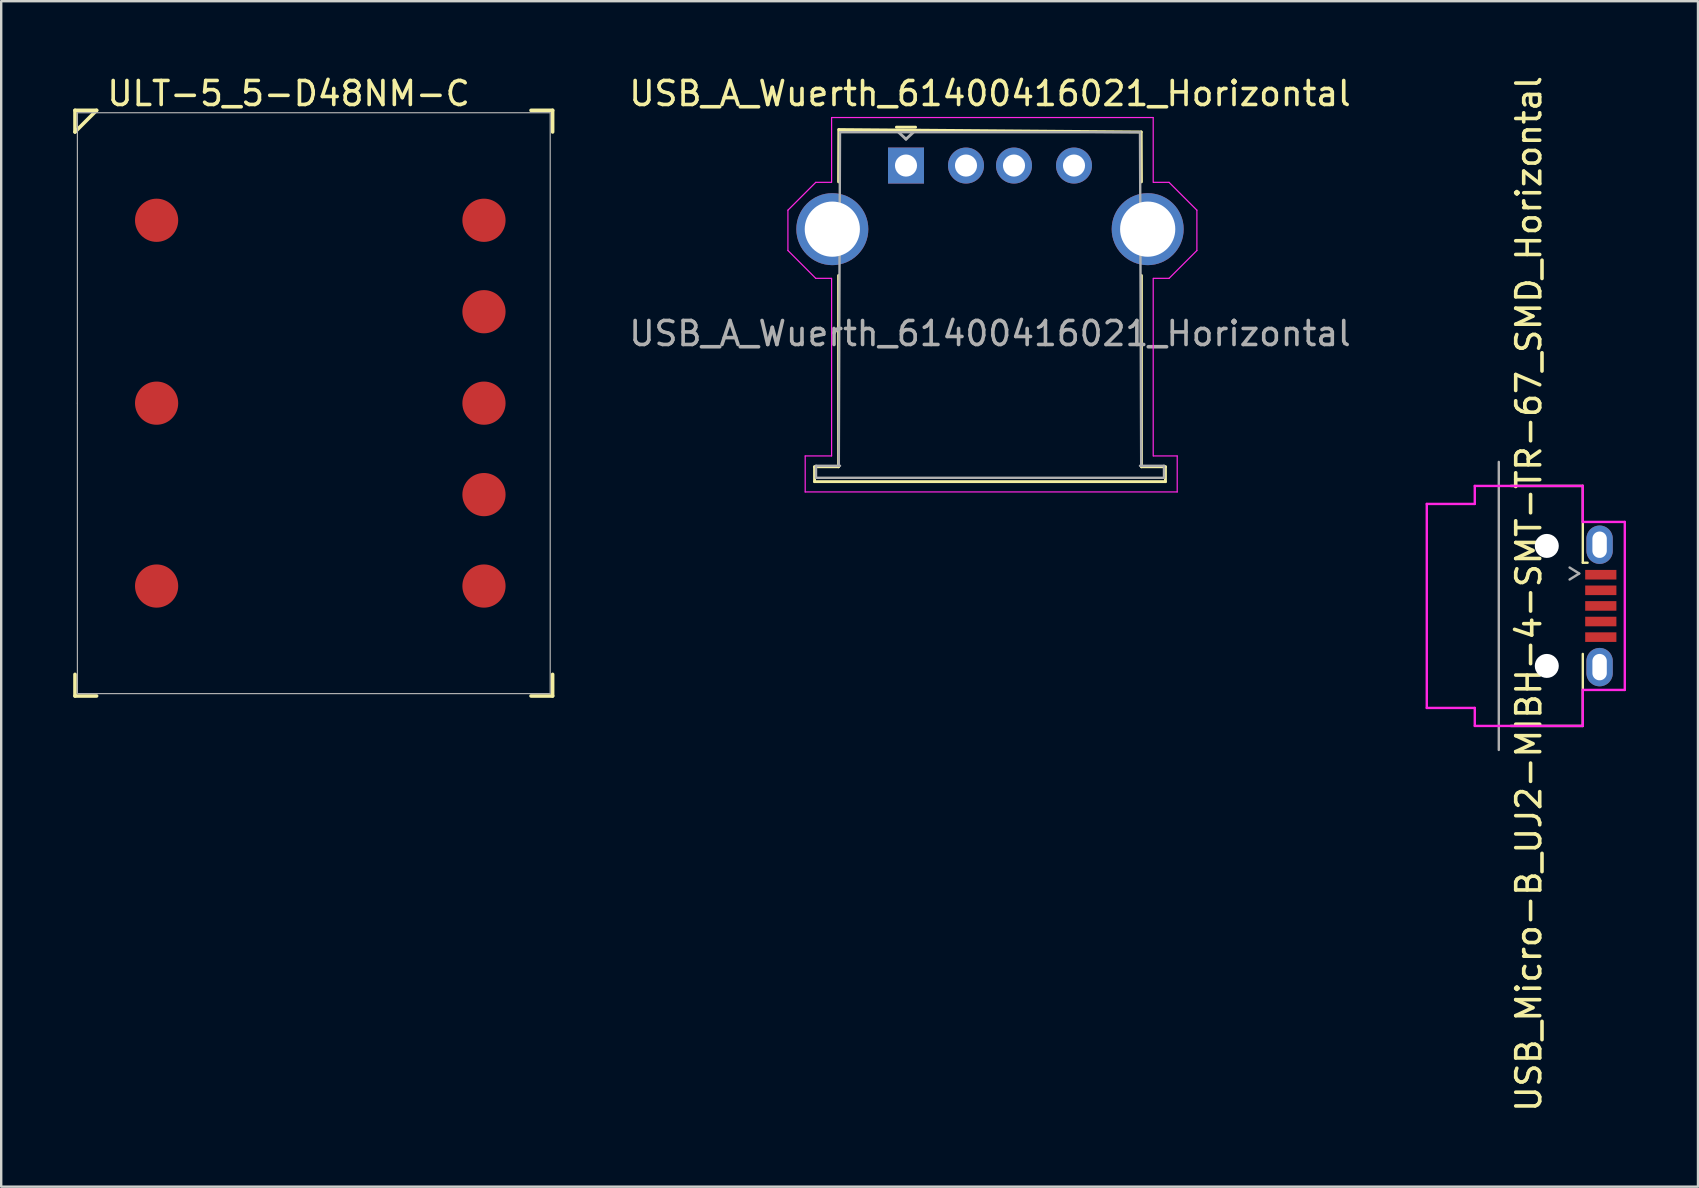
<source format=kicad_pcb>
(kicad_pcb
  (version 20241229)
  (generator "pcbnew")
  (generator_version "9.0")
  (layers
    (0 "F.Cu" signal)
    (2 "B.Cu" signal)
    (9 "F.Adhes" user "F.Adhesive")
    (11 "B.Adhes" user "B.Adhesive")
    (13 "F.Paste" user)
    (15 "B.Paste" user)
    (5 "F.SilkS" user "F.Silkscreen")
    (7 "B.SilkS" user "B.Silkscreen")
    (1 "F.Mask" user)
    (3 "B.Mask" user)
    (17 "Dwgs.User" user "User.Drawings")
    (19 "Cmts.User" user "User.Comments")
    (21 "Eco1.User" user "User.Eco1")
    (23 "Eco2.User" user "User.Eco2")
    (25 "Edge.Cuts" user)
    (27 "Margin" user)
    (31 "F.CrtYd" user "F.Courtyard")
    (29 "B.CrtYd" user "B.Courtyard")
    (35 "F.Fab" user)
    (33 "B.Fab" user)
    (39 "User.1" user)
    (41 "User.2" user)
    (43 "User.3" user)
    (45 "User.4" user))
  (footprint "USB_A_Wuerth_61400416021_Horizontal"
    (layer "F.Cu")
    (at 34.699 3.848)
    (property "Reference" "USB_A_Wuerth_61400416021_Horizontal" (at 3.5 -3 0) (layer "F.SilkS") (effects (font (size 1 1) (thickness 0.15))))
    (attr through_hole)
    (fp_line (start -3.81 12.55) (end -2.81 12.55) (stroke (width 0.12) (type solid)) (layer "F.SilkS"))
    (fp_line (start -3.81 13.17) (end -3.81 12.55) (stroke (width 0.12) (type solid)) (layer "F.SilkS"))
    (fp_line (start -2.81 0.68) (end -2.8 -1.5) (stroke (width 0.12) (type solid)) (layer "F.SilkS"))
    (fp_line (start -2.81 12.55) (end -2.81 4.58) (stroke (width 0.12) (type solid)) (layer "F.SilkS"))
    (fp_line (start -2.8 -1.5) (end 9.8 -1.4) (stroke (width 0.12) (type solid)) (layer "F.SilkS"))
    (fp_line (start 0.4 -1.6) (end -0.4 -1.6) (stroke (width 0.12) (type solid)) (layer "F.SilkS"))
    (fp_line (start 9.81 0.68) (end 9.8 -1.4) (stroke (width 0.12) (type solid)) (layer "F.SilkS"))
    (fp_line (start 9.81 4.58) (end 9.81 12.55) (stroke (width 0.12) (type solid)) (layer "F.SilkS"))
    (fp_line (start 9.81 12.55) (end 10.81 12.55) (stroke (width 0.12) (type solid)) (layer "F.SilkS"))
    (fp_line (start 10.81 12.55) (end 10.81 13.17) (stroke (width 0.12) (type solid)) (layer "F.SilkS"))
    (fp_line (start 10.81 13.17) (end -3.81 13.17) (stroke (width 0.12) (type solid)) (layer "F.SilkS"))
    (fp_line (start -4.92 1.86) (end -3.76 0.7) (stroke (width 0.05) (type solid)) (layer "F.CrtYd"))
    (fp_line (start -4.92 3.54) (end -4.92 1.86) (stroke (width 0.05) (type solid)) (layer "F.CrtYd"))
    (fp_line (start -4.2 12.1) (end -4.2 13.6) (stroke (width 0.05) (type solid)) (layer "F.CrtYd"))
    (fp_line (start -4.2 13.6) (end 11.3 13.6) (stroke (width 0.05) (type solid)) (layer "F.CrtYd"))
    (fp_line (start -3.76 4.7) (end -4.92 3.54) (stroke (width 0.05) (type solid)) (layer "F.CrtYd"))
    (fp_line (start -3.11 0.7) (end -3.76 0.7) (stroke (width 0.05) (type solid)) (layer "F.CrtYd"))
    (fp_line (start -3.11 4.7) (end -3.76 4.7) (stroke (width 0.05) (type solid)) (layer "F.CrtYd"))
    (fp_line (start -3.1 0.7) (end -3.1 -2) (stroke (width 0.05) (type solid)) (layer "F.CrtYd"))
    (fp_line (start -3.1 4.7) (end -3.1 12.1) (stroke (width 0.05) (type solid)) (layer "F.CrtYd"))
    (fp_line (start -3.1 12.1) (end -4.2 12.1) (stroke (width 0.05) (type solid)) (layer "F.CrtYd"))
    (fp_line (start 10.3 -2) (end -3.1 -2) (stroke (width 0.05) (type solid)) (layer "F.CrtYd"))
    (fp_line (start 10.3 0.7) (end 10.3 -2) (stroke (width 0.05) (type solid)) (layer "F.CrtYd"))
    (fp_line (start 10.3 4.7) (end 10.3 12.1) (stroke (width 0.05) (type solid)) (layer "F.CrtYd"))
    (fp_line (start 10.31 0.7) (end 10.96 0.7) (stroke (width 0.05) (type solid)) (layer "F.CrtYd"))
    (fp_line (start 10.31 4.7) (end 10.96 4.7) (stroke (width 0.05) (type solid)) (layer "F.CrtYd"))
    (fp_line (start 10.31 12.1) (end 11.3 12.1) (stroke (width 0.05) (type solid)) (layer "F.CrtYd"))
    (fp_line (start 10.96 0.7) (end 12.12 1.86) (stroke (width 0.05) (type solid)) (layer "F.CrtYd"))
    (fp_line (start 11.3 12.1) (end 11.3 13.6) (stroke (width 0.05) (type solid)) (layer "F.CrtYd"))
    (fp_line (start 12.12 1.86) (end 12.12 3.54) (stroke (width 0.05) (type solid)) (layer "F.CrtYd"))
    (fp_line (start 12.12 3.54) (end 10.96 4.7) (stroke (width 0.05) (type solid)) (layer "F.CrtYd"))
    (fp_line (start -3.75 12.51) (end -3.75 13.01) (stroke (width 0.1) (type solid)) (layer "F.Fab"))
    (fp_line (start -2.75 -1.39) (end -2.8 12.5) (stroke (width 0.1) (type solid)) (layer "F.Fab"))
    (fp_line (start -2.75 12.51) (end -3.75 12.51) (stroke (width 0.1) (type solid)) (layer "F.Fab"))
    (fp_line (start 0 -1.1) (end -0.3 -1.38) (stroke (width 0.12) (type solid)) (layer "F.Fab"))
    (fp_line (start 0 -1.1) (end 0.3 -1.38) (stroke (width 0.12) (type solid)) (layer "F.Fab"))
    (fp_line (start 9.75 -1.39) (end -2.75 -1.39) (stroke (width 0.1) (type solid)) (layer "F.Fab"))
    (fp_line (start 9.75 -1.39) (end 9.8 12.5) (stroke (width 0.1) (type solid)) (layer "F.Fab"))
    (fp_line (start 9.75 12.51) (end 10.75 12.51) (stroke (width 0.1) (type solid)) (layer "F.Fab"))
    (fp_line (start 10.75 12.51) (end 10.75 13.01) (stroke (width 0.1) (type solid)) (layer "F.Fab"))
    (fp_line (start 10.75 13.01) (end -3.75 13.01) (stroke (width 0.1) (type solid)) (layer "F.Fab"))
    (fp_text user "${REFERENCE}" (at 3.5 7 0) (layer "F.Fab") (effects (font (size 1 1) (thickness 0.15))))
    (pad "1" thru_hole rect (at 0 0) (size 1.5 1.5) (drill 0.92) (layers "*.Cu" "*.Mask"))
    (pad "2" thru_hole circle (at 2.5 0) (size 1.5 1.5) (drill 0.92) (layers "*.Cu" "*.Mask"))
    (pad "3" thru_hole circle (at 4.5 0) (size 1.5 1.5) (drill 0.92) (layers "*.Cu" "*.Mask"))
    (pad "4" thru_hole circle (at 7 0) (size 1.5 1.5) (drill 0.92) (layers "*.Cu" "*.Mask"))
    (pad "5" thru_hole circle (at -3.07 2.65) (size 3 3) (drill 2.3) (layers "*.Cu" "*.Mask"))
    (pad "5" thru_hole circle (at 10.07 2.65) (size 3 3) (drill 2.3) (layers "*.Cu" "*.Mask")))
  (footprint "USB_Micro-B_UJ2-MIBH-4-SMT-TR-67_SMD_Horizontal"
    (layer "F.Cu")
    (at 59.398 22.196)
    (property "Reference" "USB_Micro-B_UJ2-MIBH-4-SMT-TR-67_SMD_Horizontal" (at 1.25 -0.5 90) (layer "F.SilkS") (effects (font (size 1 1) (thickness 0.15))))
    (attr smd)
    (fp_line (start 3.5 -5) (end 0.5 -5) (stroke (width 0.1) (type solid)) (layer "F.SilkS"))
    (fp_line (start 3.5 -1.8) (end 3.5 -5) (stroke (width 0.1) (type solid)) (layer "F.SilkS"))
    (fp_line (start 3.5 -1.8) (end 3.7 -1.8) (stroke (width 0.1) (type solid)) (layer "F.SilkS"))
    (fp_line (start 3.5 5) (end 0.5 5) (stroke (width 0.1) (type solid)) (layer "F.SilkS"))
    (fp_line (start 3.5 5) (end 3.5 2) (stroke (width 0.1) (type solid)) (layer "F.SilkS"))
    (fp_line (start -3 -4.25) (end -3 4.25) (stroke (width 0.1) (type solid)) (layer "F.CrtYd"))
    (fp_line (start -3 4.25) (end -1 4.25) (stroke (width 0.1) (type solid)) (layer "F.CrtYd"))
    (fp_line (start -1 -5) (end -1 -4.25) (stroke (width 0.1) (type solid)) (layer "F.CrtYd"))
    (fp_line (start -1 -4.25) (end -3 -4.25) (stroke (width 0.1) (type solid)) (layer "F.CrtYd"))
    (fp_line (start -1 4.25) (end -1 5) (stroke (width 0.1) (type solid)) (layer "F.CrtYd"))
    (fp_line (start 3.5 -5) (end -1 -5) (stroke (width 0.1) (type solid)) (layer "F.CrtYd"))
    (fp_line (start 3.5 -5) (end 3.5 -3.5) (stroke (width 0.1) (type solid)) (layer "F.CrtYd"))
    (fp_line (start 3.5 -3.5) (end 5.25 -3.5) (stroke (width 0.1) (type solid)) (layer "F.CrtYd"))
    (fp_line (start 3.5 3.5) (end 3.5 5) (stroke (width 0.1) (type solid)) (layer "F.CrtYd"))
    (fp_line (start 3.5 5) (end -1 5) (stroke (width 0.1) (type solid)) (layer "F.CrtYd"))
    (fp_line (start 5.25 -3.5) (end 5.25 3.5) (stroke (width 0.1) (type solid)) (layer "F.CrtYd"))
    (fp_line (start 5.25 3.5) (end 3.5 3.5) (stroke (width 0.1) (type solid)) (layer "F.CrtYd"))
    (fp_line (start 0 -6) (end 0 6) (stroke (width 0.1) (type solid)) (layer "F.Fab"))
    (fp_line (start 2.95 -1.6) (end 3.35 -1.35) (stroke (width 0.1) (type solid)) (layer "F.Fab"))
    (fp_line (start 3.35 -1.35) (end 2.95 -1.1) (stroke (width 0.1) (type solid)) (layer "F.Fab"))
    (pad "" np_thru_hole circle (at 2 -2.5 90) (size 1 1) (drill 1) (layers "*.Cu" "*.Mask"))
    (pad "" np_thru_hole circle (at 2 2.5 90) (size 1 1) (drill 1) (layers "*.Cu" "*.Mask"))
    (pad "1" smd rect (at 4.25 -1.3 90) (size 0.4 1.3) (layers "F.Cu" "F.Mask" "F.Paste"))
    (pad "2" smd rect (at 4.25 -0.65 90) (size 0.4 1.3) (layers "F.Cu" "F.Mask" "F.Paste"))
    (pad "3" smd rect (at 4.25 0 90) (size 0.4 1.3) (layers "F.Cu" "F.Mask" "F.Paste"))
    (pad "4" smd rect (at 4.25 0.65 90) (size 0.4 1.3) (layers "F.Cu" "F.Mask" "F.Paste"))
    (pad "5" smd rect (at 4.25 1.3 90) (size 0.4 1.3) (layers "F.Cu" "F.Mask" "F.Paste"))
    (pad "6" thru_hole oval (at 4.2 -2.55 90) (size 1.6 1.1) (drill oval 1.1 0.6) (layers "*.Cu" "*.Mask"))
    (pad "6" thru_hole oval (at 4.2 2.55 270) (size 1.6 1.1) (drill oval 1.1 0.6) (layers "*.Cu" "*.Mask")))
  (footprint "ULT-5_5-D48NM-C"
    (layer "F.Cu")
    (at 3.475 13.748)
    (property "Reference" "ULT-5_5-D48NM-C" (at 5.5 -12.9 0) (layer "F.SilkS") (effects (font (size 1 1) (thickness 0.15))))
    (attr through_hole)
    (fp_line (start -3.4 -12.2) (end -3.4 -11.3) (stroke (width 0.15) (type solid)) (layer "F.SilkS"))
    (fp_line (start -3.4 -12.2) (end -2.5 -12.2) (stroke (width 0.15) (type solid)) (layer "F.SilkS"))
    (fp_line (start -3.4 12.2) (end -3.4 11.3) (stroke (width 0.15) (type solid)) (layer "F.SilkS"))
    (fp_line (start -3.4 12.2) (end -2.5 12.2) (stroke (width 0.15) (type solid)) (layer "F.SilkS"))
    (fp_line (start -2.5 -12.2) (end -3.4 -11.3) (stroke (width 0.15) (type solid)) (layer "F.SilkS"))
    (fp_line (start 16.5 -12.2) (end 15.6 -12.2) (stroke (width 0.15) (type solid)) (layer "F.SilkS"))
    (fp_line (start 16.5 -12.2) (end 16.5 -11.3) (stroke (width 0.15) (type solid)) (layer "F.SilkS"))
    (fp_line (start 16.5 12.2) (end 15.6 12.2) (stroke (width 0.15) (type solid)) (layer "F.SilkS"))
    (fp_line (start 16.5 12.2) (end 16.5 11.3) (stroke (width 0.15) (type solid)) (layer "F.SilkS"))
    (fp_line (start -3.3 -12.1) (end -3.3 0) (stroke (width 0.05) (type solid)) (layer "F.Fab"))
    (fp_line (start -3.3 -12.1) (end 16.4 -12.1) (stroke (width 0.05) (type solid)) (layer "F.Fab"))
    (fp_line (start -3.3 12.1) (end -3.3 0) (stroke (width 0.05) (type solid)) (layer "F.Fab"))
    (fp_line (start -3.3 12.1) (end 16.4 12.1) (stroke (width 0.05) (type solid)) (layer "F.Fab"))
    (fp_line (start 16.4 -12.1) (end 16.4 12.1) (stroke (width 0.05) (type solid)) (layer "F.Fab"))
    (pad "1" smd circle (at 0 -7.62) (size 1.8 1.8) (layers "F.Cu" "F.Mask" "F.Paste"))
    (pad "2" smd circle (at 0 0) (size 1.8 1.8) (layers "F.Cu" "F.Mask" "F.Paste"))
    (pad "3" smd circle (at 0 7.62) (size 1.8 1.8) (layers "F.Cu" "F.Mask" "F.Paste"))
    (pad "4" smd circle (at 13.64 7.62) (size 1.8 1.8) (layers "F.Cu" "F.Mask" "F.Paste"))
    (pad "5" smd circle (at 13.64 3.81 180) (size 1.8 1.8) (layers "F.Cu" "F.Mask" "F.Paste"))
    (pad "6" smd circle (at 13.64 0) (size 1.8 1.8) (layers "F.Cu" "F.Mask" "F.Paste"))
    (pad "7" smd circle (at 13.64 -3.81) (size 1.8 1.8) (layers "F.Cu" "F.Mask" "F.Paste"))
    (pad "8" smd circle (at 13.64 -7.62) (size 1.8 1.8) (layers "F.Cu" "F.Mask" "F.Paste")))
  (gr_rect
    (start -3 -3)
    (end 67.698 46.393)
    (stroke (width 0.1) (type default))
    (fill no)
    (layer "Edge.Cuts")))
</source>
